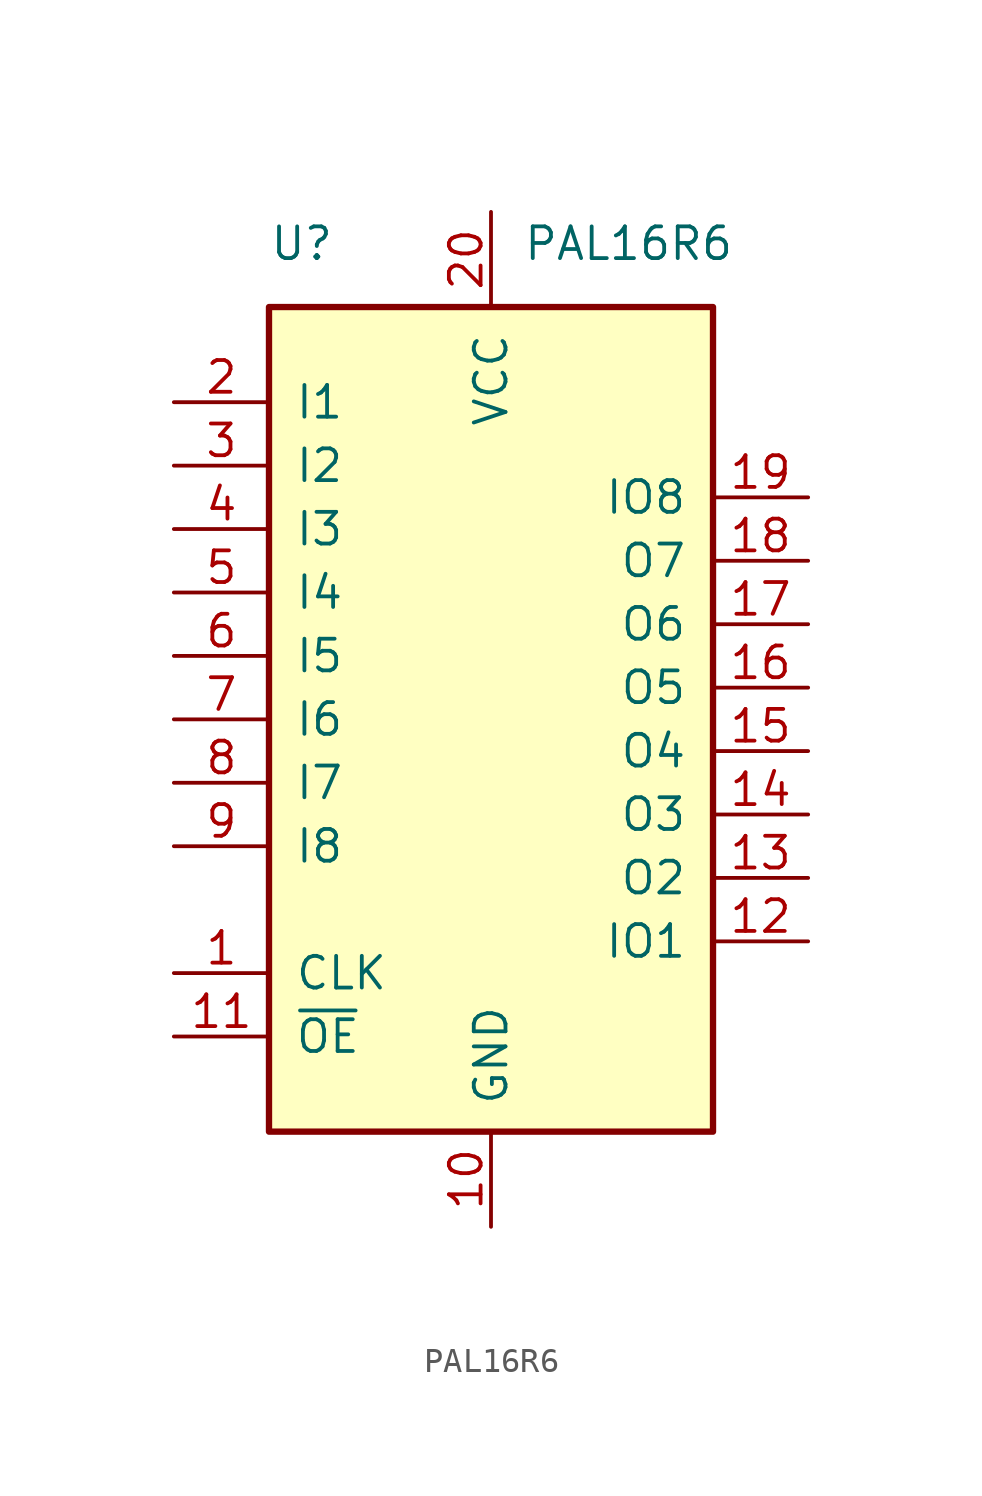
<source format=kicad_sym>
(kicad_symbol_lib
  (version 20231120)
  (generator "kicad_symbol_editor")
  (generator_version "8.0")
  (symbol "PAL16R6"
    (pin_names
      (offset 1.016))
    (property "Reference" "U"
      (at -8.89 19.05 0)
      (effects (font (size 1.27 1.27)) (justify left)))
    (property "Value" "PAL16R6"
      (at 1.27 19.05 0)
      (effects (font (size 1.27 1.27)) (justify left)))
    (symbol "PAL16R6_0_0"
      (pin power_in line (at 0 -20.32 90) (length 3.81) (name "GND" (effects (font (size 1.27 1.27)))) (number "10" (effects (font (size 1.27 1.27)))))
      (pin power_in line (at 0 20.32 270) (length 3.81) (name "VCC" (effects (font (size 1.27 1.27)))) (number "20" (effects (font (size 1.27 1.27))))))
    (symbol "PAL16R6_0_1"
      (rectangle (start -8.89 16.51) (end 8.89 -16.51) (stroke (width 0.254) (type default)) (fill (type background))))
    (symbol "PAL16R6_1_1"
      (pin input line (at -12.7 -10.16 0) (length 3.81) (name "CLK" (effects (font (size 1.27 1.27)))) (number "1" (effects (font (size 1.27 1.27)))))
      (pin input line (at -12.7 -12.7 0) (length 3.81) (name "~{OE}" (effects (font (size 1.27 1.27)))) (number "11" (effects (font (size 1.27 1.27)))))
      (pin bidirectional line (at 12.7 -8.89 180) (length 3.81) (name "IO1" (effects (font (size 1.27 1.27)))) (number "12" (effects (font (size 1.27 1.27)))))
      (pin tri_state line (at 12.7 -6.35 180) (length 3.81) (name "O2" (effects (font (size 1.27 1.27)))) (number "13" (effects (font (size 1.27 1.27)))))
      (pin tri_state line (at 12.7 -3.81 180) (length 3.81) (name "O3" (effects (font (size 1.27 1.27)))) (number "14" (effects (font (size 1.27 1.27)))))
      (pin tri_state line (at 12.7 -1.27 180) (length 3.81) (name "O4" (effects (font (size 1.27 1.27)))) (number "15" (effects (font (size 1.27 1.27)))))
      (pin tri_state line (at 12.7 1.27 180) (length 3.81) (name "O5" (effects (font (size 1.27 1.27)))) (number "16" (effects (font (size 1.27 1.27)))))
      (pin tri_state line (at 12.7 3.81 180) (length 3.81) (name "O6" (effects (font (size 1.27 1.27)))) (number "17" (effects (font (size 1.27 1.27)))))
      (pin tri_state line (at 12.7 6.35 180) (length 3.81) (name "O7" (effects (font (size 1.27 1.27)))) (number "18" (effects (font (size 1.27 1.27)))))
      (pin bidirectional line (at 12.7 8.89 180) (length 3.81) (name "IO8" (effects (font (size 1.27 1.27)))) (number "19" (effects (font (size 1.27 1.27)))))
      (pin input line (at -12.7 12.7 0) (length 3.81) (name "I1" (effects (font (size 1.27 1.27)))) (number "2" (effects (font (size 1.27 1.27)))))
      (pin input line (at -12.7 10.16 0) (length 3.81) (name "I2" (effects (font (size 1.27 1.27)))) (number "3" (effects (font (size 1.27 1.27)))))
      (pin input line (at -12.7 7.62 0) (length 3.81) (name "I3" (effects (font (size 1.27 1.27)))) (number "4" (effects (font (size 1.27 1.27)))))
      (pin input line (at -12.7 5.08 0) (length 3.81) (name "I4" (effects (font (size 1.27 1.27)))) (number "5" (effects (font (size 1.27 1.27)))))
      (pin input line (at -12.7 2.54 0) (length 3.81) (name "I5" (effects (font (size 1.27 1.27)))) (number "6" (effects (font (size 1.27 1.27)))))
      (pin input line (at -12.7 0 0) (length 3.81) (name "I6" (effects (font (size 1.27 1.27)))) (number "7" (effects (font (size 1.27 1.27)))))
      (pin input line (at -12.7 -2.54 0) (length 3.81) (name "I7" (effects (font (size 1.27 1.27)))) (number "8" (effects (font (size 1.27 1.27)))))
      (pin input line (at -12.7 -5.08 0) (length 3.81) (name "I8" (effects (font (size 1.27 1.27)))) (number "9" (effects (font (size 1.27 1.27))))))))
</source>
